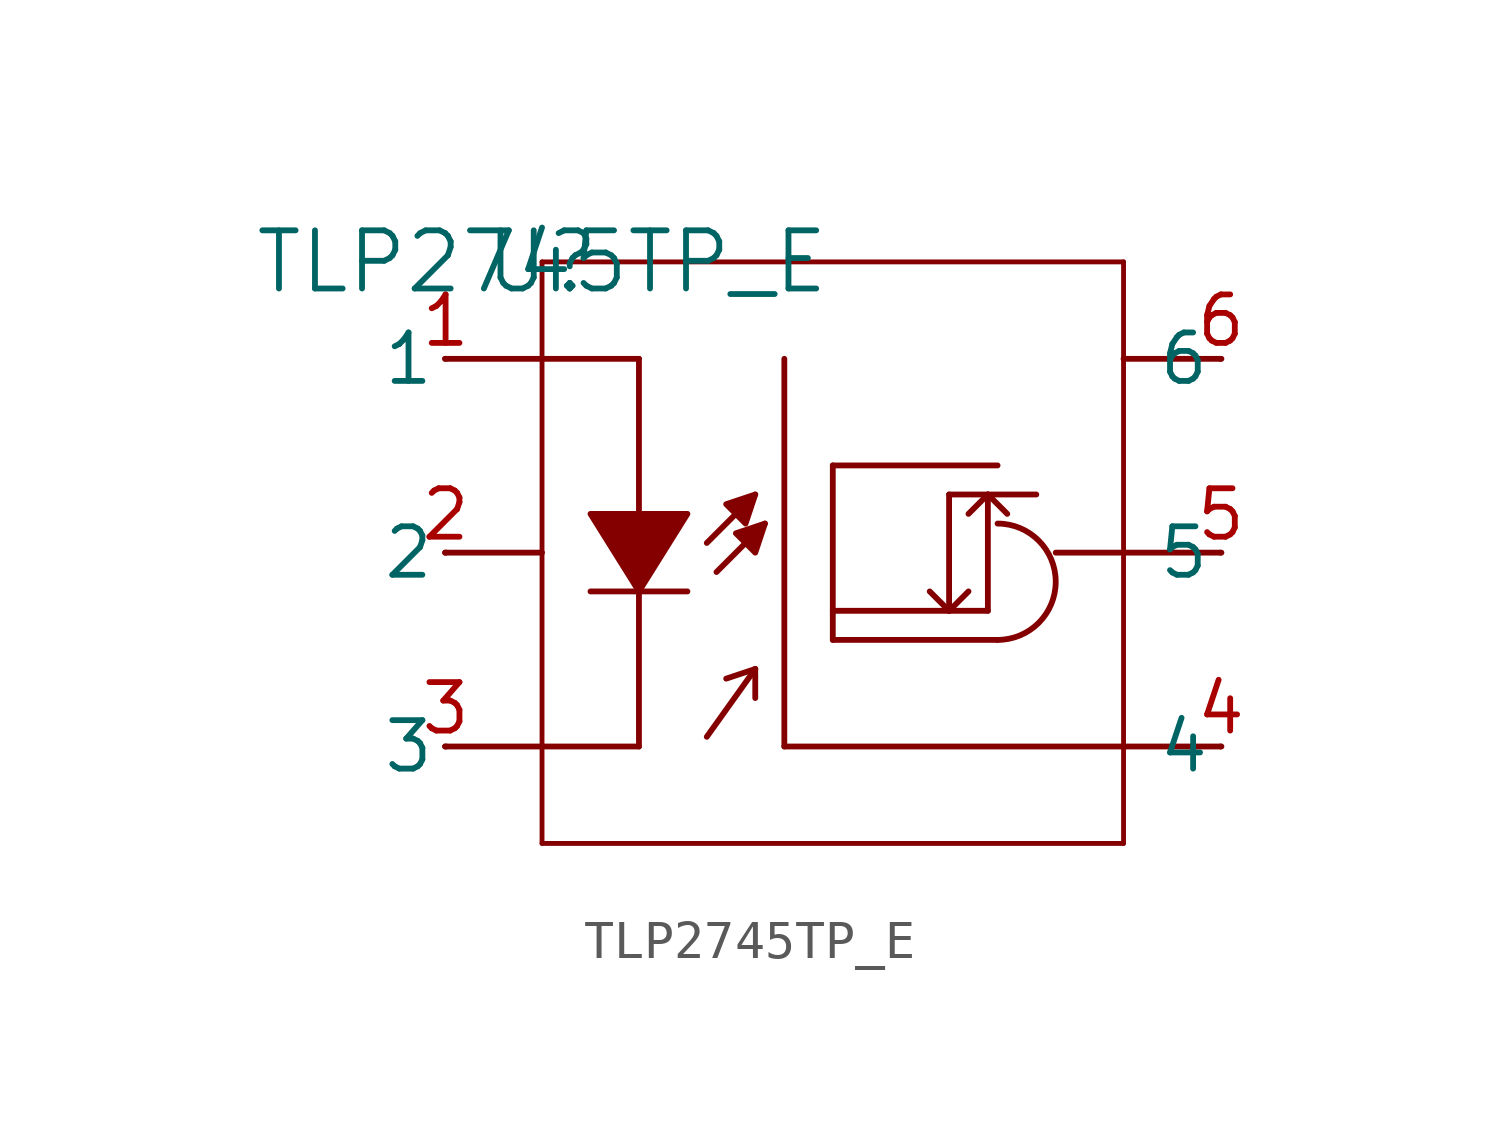
<source format=kicad_sym>
(kicad_symbol_lib
  (version 20211014)
  (generator kicad_symbol_editor)
  (symbol "TLP2745TP_E"
    (pin_names
      (offset 0.254))
    (property "Reference" "U"
      (at 0 0 0)
      (effects (font (size 1.524 1.524))))
    (property "Value" "TLP2745TP_E"
      (at 0 0 0)
      (effects (font (size 1.524 1.524))))
    (symbol "TLP2745TP_E_0_1"
      (polyline (pts (xy 5.588 -6.096) (xy 5.588 -6.096) (xy 4.826 -6.35) (xy 5.334 -6.858) (xy 5.588 -6.096)) (stroke (width 0) (type default) (color 0 0 0 0)) (fill (type outline)))
      (polyline (pts (xy -2.54 -2.54) (xy 0 -2.54)) (stroke (width 0) (type default) (color 0 0 0 0)) (fill (type none)))
      (polyline (pts (xy -2.54 -12.7) (xy 0 -12.7)) (stroke (width 0) (type default) (color 0 0 0 0)) (fill (type none)))
      (polyline (pts (xy 17.78 -12.7) (xy 15.24 -12.7)) (stroke (width 0) (type default) (color 0 0 0 0)) (fill (type none)))
      (polyline (pts (xy 17.78 -7.62) (xy 15.24 -7.62)) (stroke (width 0) (type default) (color 0 0 0 0)) (fill (type none)))
      (polyline (pts (xy 17.78 -2.54) (xy 15.24 -2.54)) (stroke (width 0) (type default) (color 0 0 0 0)) (fill (type none)))
      (polyline (pts (xy -2.54 -7.62) (xy 0 -7.62)) (stroke (width 0) (type default) (color 0 0 0 0)) (fill (type none)))
      (polyline (pts (xy 0 -15.24) (xy 0 0)) (stroke (width 0.127) (type default) (color 0 0 0 0)) (fill (type none)))
      (polyline (pts (xy 0 0) (xy 15.24 0)) (stroke (width 0.127) (type default) (color 0 0 0 0)) (fill (type none)))
      (polyline (pts (xy 15.24 0) (xy 15.24 -15.24)) (stroke (width 0.127) (type default) (color 0 0 0 0)) (fill (type none)))
      (polyline (pts (xy 15.24 -15.24) (xy 0 -15.24)) (stroke (width 0.127) (type default) (color 0 0 0 0)) (fill (type none)))
      (polyline (pts (xy 2.54 -12.7) (xy 2.54 -8.636)) (stroke (width 0) (type default) (color 0 0 0 0)) (fill (type none)))
      (polyline (pts (xy 0 -2.54) (xy 2.54 -2.54)) (stroke (width 0) (type default) (color 0 0 0 0)) (fill (type none)))
      (polyline (pts (xy 1.27 -8.636) (xy 3.81 -8.636)) (stroke (width 0) (type default) (color 0 0 0 0)) (fill (type none)))
      (polyline (pts (xy 5.588 -10.668) (xy 4.318 -12.446)) (stroke (width 0) (type default) (color 0 0 0 0)) (fill (type none)))
      (polyline (pts (xy 2.54 -2.54) (xy 2.54 -6.604)) (stroke (width 0) (type default) (color 0 0 0 0)) (fill (type none)))
      (polyline (pts (xy 0 -12.7) (xy 2.54 -12.7)) (stroke (width 0) (type default) (color 0 0 0 0)) (fill (type none)))
      (polyline (pts (xy 7.62 -5.334) (xy 11.938 -5.334)) (stroke (width 0) (type default) (color 0 0 0 0)) (fill (type none)))
      (polyline (pts (xy 7.62 -5.334) (xy 7.62 -9.906)) (stroke (width 0) (type default) (color 0 0 0 0)) (fill (type none)))
      (polyline (pts (xy 6.35 -2.54) (xy 6.35 -12.7)) (stroke (width 0) (type default) (color 0 0 0 0)) (fill (type none)))
      (polyline (pts (xy 6.35 -12.7) (xy 15.24 -12.7)) (stroke (width 0) (type default) (color 0 0 0 0)) (fill (type none)))
      (polyline (pts (xy 10.668 -6.096) (xy 10.668 -9.144)) (stroke (width 0) (type default) (color 0 0 0 0)) (fill (type none)))
      (polyline (pts (xy 7.62 -9.906) (xy 11.938 -9.906)) (stroke (width 0) (type default) (color 0 0 0 0)) (fill (type none)))
      (polyline (pts (xy 4.826 -10.922) (xy 5.588 -10.668)) (stroke (width 0) (type default) (color 0 0 0 0)) (fill (type none)))
      (polyline (pts (xy 5.588 -11.43) (xy 5.588 -10.668)) (stroke (width 0) (type default) (color 0 0 0 0)) (fill (type none)))
      (polyline (pts (xy 11.684 -6.096) (xy 11.684 -9.144)) (stroke (width 0) (type default) (color 0 0 0 0)) (fill (type none)))
      (polyline (pts (xy 11.684 -9.144) (xy 7.62 -9.144)) (stroke (width 0) (type default) (color 0 0 0 0)) (fill (type none)))
      (polyline (pts (xy 10.668 -6.096) (xy 12.954 -6.096)) (stroke (width 0) (type default) (color 0 0 0 0)) (fill (type none)))
      (polyline (pts (xy 10.668 -9.144) (xy 10.16 -8.636)) (stroke (width 0) (type default) (color 0 0 0 0)) (fill (type none)))
      (polyline (pts (xy 10.668 -9.144) (xy 11.176 -8.636)) (stroke (width 0) (type default) (color 0 0 0 0)) (fill (type none)))
      (polyline (pts (xy 11.684 -6.096) (xy 11.176 -6.604)) (stroke (width 0) (type default) (color 0 0 0 0)) (fill (type none)))
      (polyline (pts (xy 11.684 -6.096) (xy 12.192 -6.604)) (stroke (width 0) (type default) (color 0 0 0 0)) (fill (type none)))
      (polyline (pts (xy 13.462 -7.62) (xy 15.24 -7.62)) (stroke (width 0) (type default) (color 0 0 0 0)) (fill (type none)))
      (polyline (pts (xy 4.572 -8.128) (xy 5.842 -6.858)) (stroke (width 0) (type default) (color 0 0 0 0)) (fill (type none)))
      (polyline (pts (xy 4.318 -7.366) (xy 5.588 -6.096)) (stroke (width 0) (type default) (color 0 0 0 0)) (fill (type none)))
      (arc (start 11.938 -9.906) (mid 13.462 -8.382) (end 11.938 -6.858) (stroke (width 0) (type default) (color 0 0 0 0)) (fill (type none)))
      (polyline (pts (xy 1.27 -6.604) (xy 1.27 -6.604) (xy 3.81 -6.604) (xy 2.54 -8.636) (xy 1.27 -6.604)) (stroke (width 0) (type default) (color 0 0 0 0)) (fill (type outline)))
      (polyline (pts (xy 5.842 -6.858) (xy 5.842 -6.858) (xy 5.08 -7.112) (xy 5.588 -7.62) (xy 5.842 -6.858)) (stroke (width 0) (type default) (color 0 0 0 0)) (fill (type outline)))
      (pin unspecified line (at -2.515 -2.54 180) (length 0.025) (name "1" (effects (font (size 1.27 1.27)))) (number "1" (effects (font (size 1.27 1.27)))))
      (pin unspecified line (at -2.515 -7.62 180) (length 0.025) (name "2" (effects (font (size 1.27 1.27)))) (number "2" (effects (font (size 1.27 1.27)))))
      (pin unspecified line (at -2.515 -12.7 180) (length 0.025) (name "3" (effects (font (size 1.27 1.27)))) (number "3" (effects (font (size 1.27 1.27)))))
      (pin unspecified line (at 17.805 -12.7 180) (length 0.025) (name "4" (effects (font (size 1.27 1.27)))) (number "4" (effects (font (size 1.27 1.27)))))
      (pin unspecified line (at 17.805 -7.62 180) (length 0.025) (name "5" (effects (font (size 1.27 1.27)))) (number "5" (effects (font (size 1.27 1.27)))))
      (pin unspecified line (at 17.805 -2.54 180) (length 0.025) (name "6" (effects (font (size 1.27 1.27)))) (number "6" (effects (font (size 1.27 1.27))))))))
</source>
